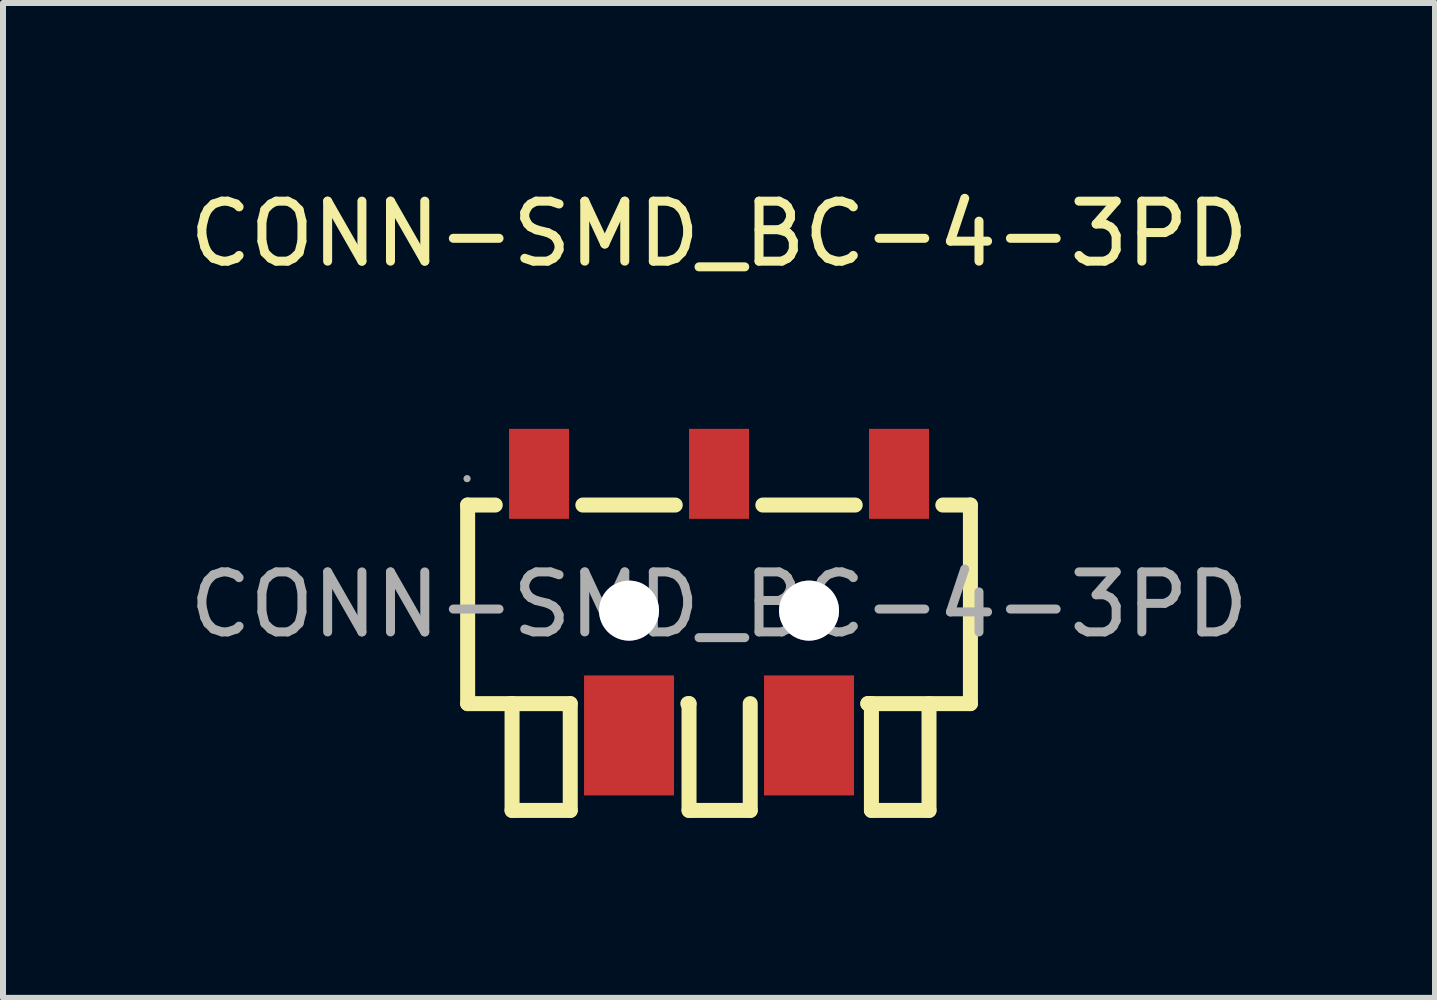
<source format=kicad_pcb>
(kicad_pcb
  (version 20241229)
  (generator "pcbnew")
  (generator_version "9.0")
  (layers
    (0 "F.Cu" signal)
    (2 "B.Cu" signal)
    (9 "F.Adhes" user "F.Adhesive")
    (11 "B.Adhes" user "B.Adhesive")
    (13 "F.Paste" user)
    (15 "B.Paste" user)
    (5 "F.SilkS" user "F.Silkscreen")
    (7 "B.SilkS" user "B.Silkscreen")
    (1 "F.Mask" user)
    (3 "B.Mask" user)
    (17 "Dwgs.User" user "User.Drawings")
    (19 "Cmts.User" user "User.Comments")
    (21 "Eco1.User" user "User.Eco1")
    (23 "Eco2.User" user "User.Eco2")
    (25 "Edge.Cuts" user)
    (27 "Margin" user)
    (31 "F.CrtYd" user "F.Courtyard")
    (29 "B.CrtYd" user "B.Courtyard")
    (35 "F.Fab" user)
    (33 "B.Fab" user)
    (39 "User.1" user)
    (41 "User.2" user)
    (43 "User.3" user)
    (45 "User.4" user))
  (footprint "CONN-SMD_BC-4-3PD"
    (layer "F.Cu")
    (at 8.935 7.028)
    (property "Reference" "CONN-SMD_BC-4-3PD" (at 0 -6.18 0) (layer "F.SilkS") (effects (font (size 1 1) (thickness 0.15))))
    (attr smd)
    (fp_line (start -4.19 -1.66) (end -4.19 1.65) (stroke (width 0.25) (type solid)) (layer "F.SilkS"))
    (fp_line (start -4.19 1.65) (end -2.48 1.65) (stroke (width 0.25) (type solid)) (layer "F.SilkS"))
    (fp_line (start -3.73 -1.66) (end -4.19 -1.66) (stroke (width 0.25) (type solid)) (layer "F.SilkS"))
    (fp_line (start -3.47 1.65) (end -3.45 1.65) (stroke (width 0.25) (type solid)) (layer "F.SilkS"))
    (fp_line (start -3.45 1.65) (end -3.45 3.43) (stroke (width 0.25) (type solid)) (layer "F.SilkS"))
    (fp_line (start -3.45 3.43) (end -2.48 3.43) (stroke (width 0.25) (type solid)) (layer "F.SilkS"))
    (fp_line (start -2.48 3.43) (end -2.48 1.65) (stroke (width 0.25) (type solid)) (layer "F.SilkS"))
    (fp_line (start -0.73 -1.66) (end -2.27 -1.66) (stroke (width 0.25) (type solid)) (layer "F.SilkS"))
    (fp_line (start -0.52 1.65) (end -0.5 1.65) (stroke (width 0.25) (type solid)) (layer "F.SilkS"))
    (fp_line (start -0.5 1.65) (end -0.5 3.43) (stroke (width 0.25) (type solid)) (layer "F.SilkS"))
    (fp_line (start -0.5 3.43) (end 0.52 3.43) (stroke (width 0.25) (type solid)) (layer "F.SilkS"))
    (fp_line (start 0.52 3.43) (end 0.52 1.65) (stroke (width 0.25) (type solid)) (layer "F.SilkS"))
    (fp_line (start 2.27 -1.66) (end 0.73 -1.66) (stroke (width 0.25) (type solid)) (layer "F.SilkS"))
    (fp_line (start 2.48 1.65) (end 2.54 1.65) (stroke (width 0.25) (type solid)) (layer "F.SilkS"))
    (fp_line (start 2.48 1.65) (end 4.19 1.65) (stroke (width 0.25) (type solid)) (layer "F.SilkS"))
    (fp_line (start 2.54 1.65) (end 2.54 3.43) (stroke (width 0.25) (type solid)) (layer "F.SilkS"))
    (fp_line (start 2.54 3.43) (end 3.5 3.43) (stroke (width 0.25) (type solid)) (layer "F.SilkS"))
    (fp_line (start 3.5 3.43) (end 3.5 1.65) (stroke (width 0.25) (type solid)) (layer "F.SilkS"))
    (fp_line (start 4.19 -1.66) (end 3.73 -1.66) (stroke (width 0.25) (type solid)) (layer "F.SilkS"))
    (fp_line (start 4.19 1.65) (end 4.19 -1.66) (stroke (width 0.25) (type solid)) (layer "F.SilkS"))
    (fp_circle (center -1.5 0.1) (end -1.3 0.1) (stroke (width 0.4) (type solid)) (fill no) (layer "Cmts.User"))
    (fp_circle (center 1.5 0.1) (end 1.7 0.1) (stroke (width 0.4) (type solid)) (fill no) (layer "Cmts.User"))
    (fp_circle (center -4.2 -2.1) (end -4.17 -2.1) (stroke (width 0.06) (type solid)) (fill no) (layer "F.Fab"))
    (fp_text user "${REFERENCE}" (at 0 0 0) (layer "F.Fab") (effects (font (size 1 1) (thickness 0.15))))
    (pad "" thru_hole circle (at -1.5 0.1) (size 1 1) (drill 1) (layers "*.Cu" "*.Mask"))
    (pad "" thru_hole circle (at 1.5 0.1) (size 1 1) (drill 1) (layers "*.Cu" "*.Mask"))
    (pad "1" smd rect (at -3 -2.18) (size 1 1.5) (layers "F.Cu" "F.Mask" "F.Paste"))
    (pad "2" smd rect (at 0 -2.18) (size 1 1.5) (layers "F.Cu" "F.Mask" "F.Paste"))
    (pad "3" smd rect (at 3 -2.18) (size 1 1.5) (layers "F.Cu" "F.Mask" "F.Paste"))
    (pad "4" smd rect (at -1.5 2.18) (size 1.5 2) (layers "F.Cu" "F.Mask" "F.Paste"))
    (pad "5" smd rect (at 1.5 2.18) (size 1.5 2) (layers "F.Cu" "F.Mask" "F.Paste")))
  (gr_rect
    (start -3 -3)
    (end 20.869 13.583)
    (stroke (width 0.1) (type default))
    (fill no)
    (layer "Edge.Cuts")))
</source>
